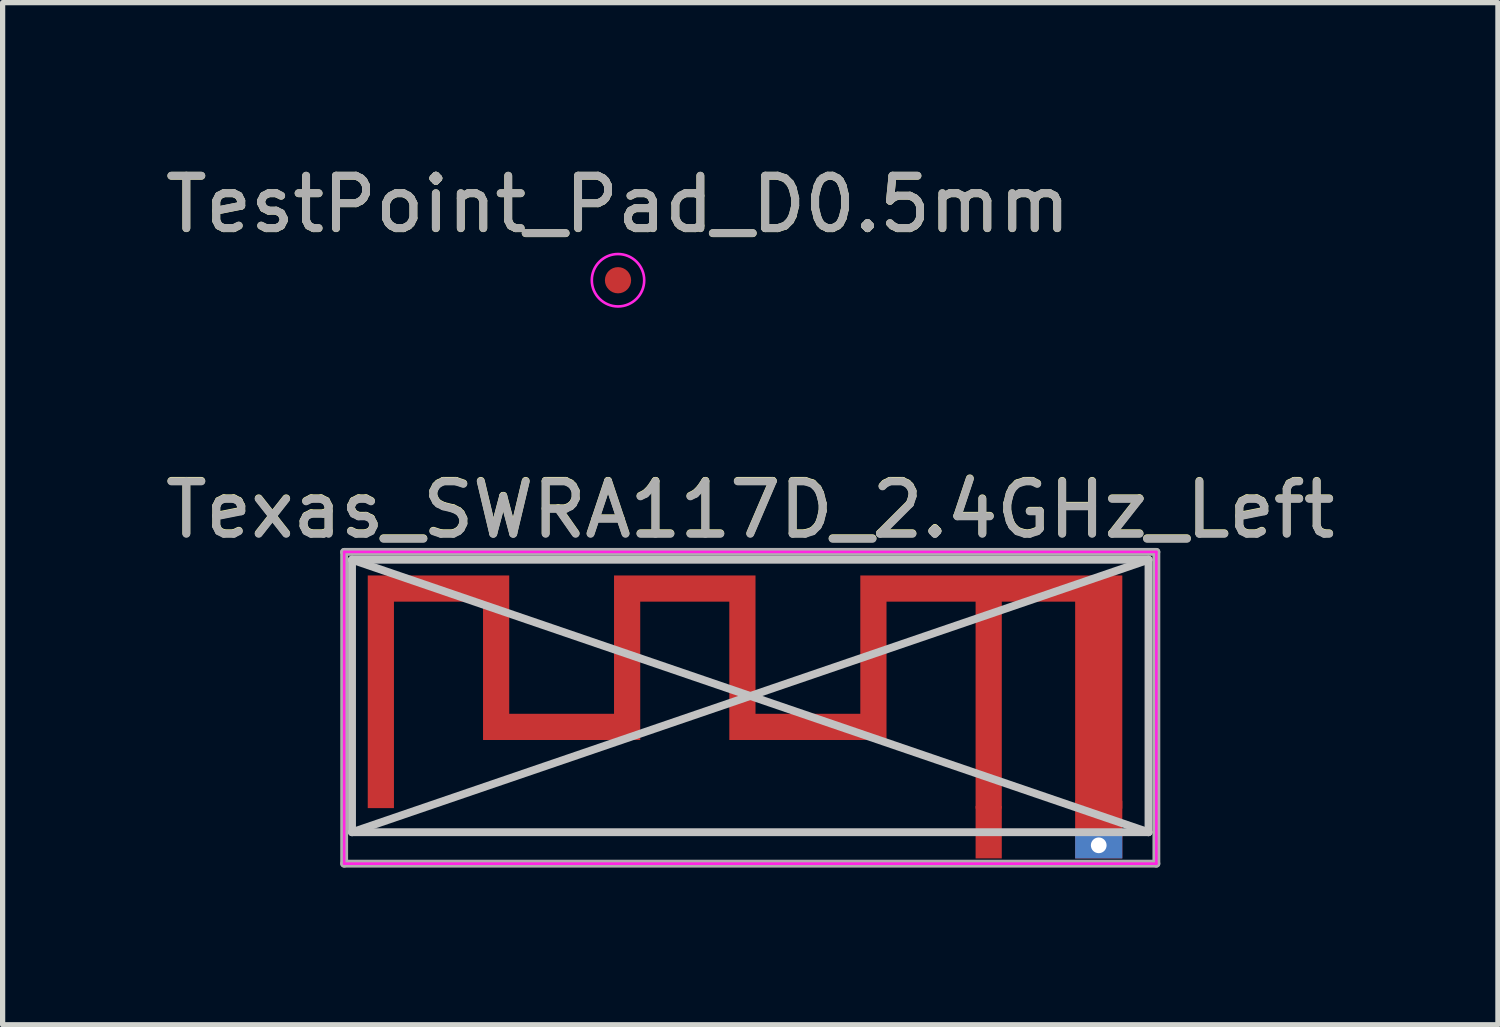
<source format=kicad_pcb>
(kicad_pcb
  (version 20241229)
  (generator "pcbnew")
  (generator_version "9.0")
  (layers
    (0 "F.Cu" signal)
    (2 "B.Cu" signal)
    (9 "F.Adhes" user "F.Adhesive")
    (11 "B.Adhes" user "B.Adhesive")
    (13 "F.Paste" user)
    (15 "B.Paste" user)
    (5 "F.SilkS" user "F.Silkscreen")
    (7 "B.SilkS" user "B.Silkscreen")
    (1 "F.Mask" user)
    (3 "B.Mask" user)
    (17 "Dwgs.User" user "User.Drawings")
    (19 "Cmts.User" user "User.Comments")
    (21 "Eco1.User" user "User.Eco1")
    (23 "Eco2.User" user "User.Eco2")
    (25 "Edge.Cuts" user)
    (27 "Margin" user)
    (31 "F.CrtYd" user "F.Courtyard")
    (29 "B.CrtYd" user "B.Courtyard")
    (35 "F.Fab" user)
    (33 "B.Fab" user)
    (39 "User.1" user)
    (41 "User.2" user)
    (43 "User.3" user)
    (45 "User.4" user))
  (footprint "Texas_SWRA117D_2.4GHz_Left"
    (layer "F.Cu")
    (at 15.818 13.082)
    (property "Reference" "Texas_SWRA117D_2.4GHz_Left" (at -4.55 -6.41 0) (layer "F.SilkS") (effects (font (size 1 1) (thickness 0.15))))
    (attr exclude_from_pos_files exclude_from_bom)
    (fp_poly (pts (xy -2.45 -2.51) (xy -4.45 -2.51) (xy -4.45 -5.15) (xy -7.15 -5.15) (xy -7.15 -2.51) (xy -9.15 -2.51) (xy -9.15 -5.15) (xy -11.85 -5.15) (xy -11.85 -0.71) (xy -11.35 -0.71) (xy -11.35 -4.65) (xy -9.65 -4.65) (xy -9.65 -2.01) (xy -6.65 -2.01) (xy -6.65 -4.65) (xy -4.95 -4.65) (xy -4.95 -2.01) (xy -1.95 -2.01) (xy -1.95 -4.65) (xy -0.25 -4.65) (xy -0.25 -0.7) (xy 0.25 -0.7) (xy 0.25 -4.65) (xy 1.65 -4.65) (xy 1.65 -0.7) (xy 2.55 -0.7) (xy 2.55 -5.15) (xy -2.45 -5.15) (xy -2.45 -2.51)) (stroke (width 0) (type solid)) (fill yes) (layer "F.Cu"))
    (fp_line (start -12.15 -0.25) (end -12.15 -5.45) (stroke (width 0.15) (type solid)) (layer "Dwgs.User"))
    (fp_line (start 3.05 -5.45) (end -12.15 -5.45) (stroke (width 0.15) (type solid)) (layer "Dwgs.User"))
    (fp_line (start 3.05 -5.45) (end -12.15 -0.25) (stroke (width 0.15) (type solid)) (layer "Dwgs.User"))
    (fp_line (start 3.05 -0.25) (end -12.15 -5.45) (stroke (width 0.15) (type solid)) (layer "Dwgs.User"))
    (fp_line (start 3.05 -0.25) (end -12.15 -0.25) (stroke (width 0.15) (type solid)) (layer "Dwgs.User"))
    (fp_line (start 3.05 -0.25) (end 3.05 -5.45) (stroke (width 0.15) (type solid)) (layer "Dwgs.User"))
    (fp_line (start -12.3 -5.6) (end -12.3 0.35) (stroke (width 0.05) (type solid)) (layer "F.CrtYd"))
    (fp_line (start -12.3 0.35) (end 3.2 0.35) (stroke (width 0.05) (type solid)) (layer "F.CrtYd"))
    (fp_line (start 3.2 -5.6) (end -12.3 -5.6) (stroke (width 0.05) (type solid)) (layer "F.CrtYd"))
    (fp_line (start 3.2 0.35) (end 3.2 -5.6) (stroke (width 0.05) (type solid)) (layer "F.CrtYd"))
    (fp_line (start -12.3 -5.6) (end -12.3 0.35) (stroke (width 0.15) (type solid)) (layer "F.Fab"))
    (fp_line (start -12.3 0.35) (end 3.2 0.35) (stroke (width 0.15) (type solid)) (layer "F.Fab"))
    (fp_line (start 3.2 -5.6) (end -12.3 -5.6) (stroke (width 0.15) (type solid)) (layer "F.Fab"))
    (fp_line (start 3.2 0.35) (end 3.2 -5.6) (stroke (width 0.15) (type solid)) (layer "F.Fab"))
    (fp_text user "${REFERENCE}" (at -4.55 -6.4 0) (layer "F.Fab") (effects (font (size 1 1) (thickness 0.15))))
    (pad "1" connect rect (at 0 -0.25) (size 0.5 1) (layers "F.Cu"))
    (pad "2" connect rect (at 2.1 -0.5) (size 0.9 0.7) (layers "F.Cu"))
    (pad "2" thru_hole rect (at 2.1 0) (size 0.9 0.5) (drill 0.3) (layers "*.Cu")))
  (footprint "TestPoint_Pad_D0.5mm"
    (layer "F.Cu")
    (at 8.744 2.298)
    (property "Reference" "TestPoint_Pad_D0.5mm" (at 0 -1.448 0) (layer "F.SilkS") (effects (font (size 1 1) (thickness 0.15))))
    (attr exclude_from_pos_files exclude_from_bom)
    (fp_circle (center 0 0) (end 0.5 0) (stroke (width 0.05) (type solid)) (fill no) (layer "F.CrtYd"))
    (fp_text user "${REFERENCE}" (at 0 -1.45 0) (layer "F.Fab") (effects (font (size 1 1) (thickness 0.15))))
    (pad "1" smd circle (at 0 0) (size 0.5 0.5) (layers "F.Cu" "F.Mask")))
  (gr_rect
    (start -3 -3)
    (end 25.536 16.506)
    (stroke (width 0.1) (type default))
    (fill no)
    (layer "Edge.Cuts")))
</source>
